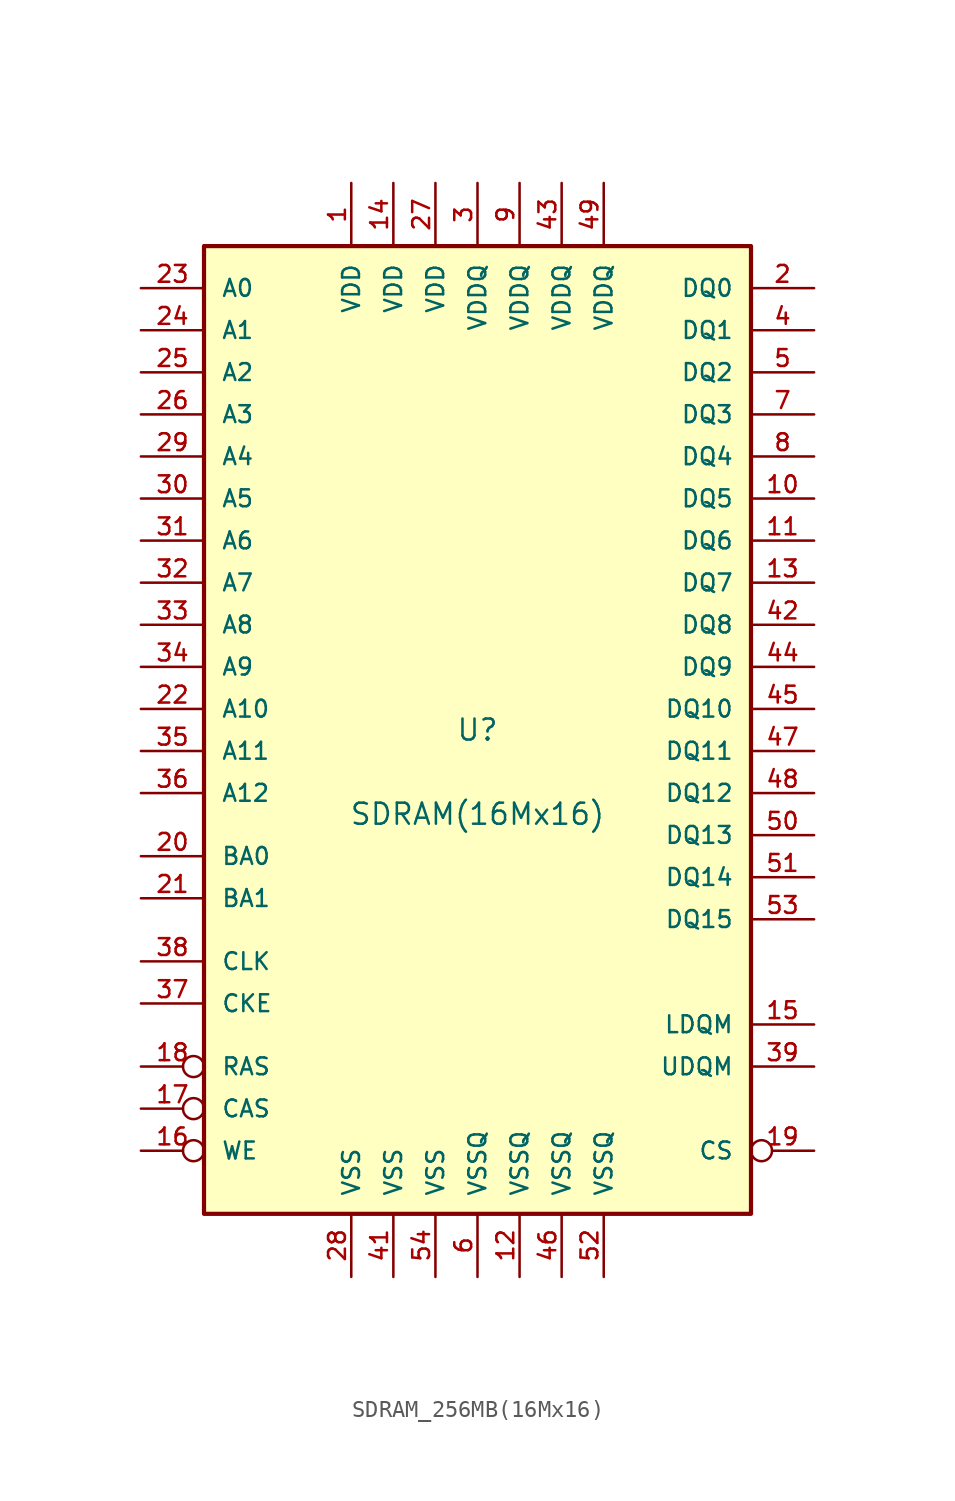
<source format=kicad_sym>
(kicad_symbol_lib
  (version 20231120)
  (generator "kicad_symbol_editor")
  (generator_version "8.0")
  (symbol "SDRAM_256MB(16Mx16)"
    (pin_names
      (offset 1.016))
    (property "Reference" "U"
      (at 0 0 0)
      (effects (font (size 1.27 1.27))))
    (property "Value" "SDRAM(16Mx16)"
      (at 0 -5.08 0)
      (effects (font (size 1.27 1.27))))
    (symbol "SDRAM_256MB(16Mx16)_0_0"
      (pin input line (at -20.32 -3.81 0) (length 3.81) (name "A12" (effects (font (size 1.016 1.016)))) (number "36" (effects (font (size 1.016 1.016))))))
    (symbol "SDRAM_256MB(16Mx16)_0_1"
      (rectangle (start -16.51 29.21) (end 16.51 -29.21) (stroke (width 0.254) (type default)) (fill (type background))))
    (symbol "SDRAM_256MB(16Mx16)_1_0"
      (pin no_connect line (at 10.16 31.75 270) (length 2.54) hide (name "NC" (effects (font (size 1.27 1.27)))) (number "40" (effects (font (size 1.27 1.27))))))
    (symbol "SDRAM_256MB(16Mx16)_1_1"
      (pin power_in line (at -7.62 33.02 270) (length 3.81) (name "VDD" (effects (font (size 1.016 1.016)))) (number "1" (effects (font (size 1.016 1.016)))))
      (pin bidirectional line (at 20.32 13.97 180) (length 3.81) (name "DQ5" (effects (font (size 1.016 1.016)))) (number "10" (effects (font (size 1.016 1.016)))))
      (pin bidirectional line (at 20.32 11.43 180) (length 3.81) (name "DQ6" (effects (font (size 1.016 1.016)))) (number "11" (effects (font (size 1.016 1.016)))))
      (pin power_in line (at 2.54 -33.02 90) (length 3.81) (name "VSSQ" (effects (font (size 1.016 1.016)))) (number "12" (effects (font (size 1.016 1.016)))))
      (pin bidirectional line (at 20.32 8.89 180) (length 3.81) (name "DQ7" (effects (font (size 1.016 1.016)))) (number "13" (effects (font (size 1.016 1.016)))))
      (pin power_in line (at -5.08 33.02 270) (length 3.81) (name "VDD" (effects (font (size 1.016 1.016)))) (number "14" (effects (font (size 1.016 1.016)))))
      (pin input line (at 20.32 -17.78 180) (length 3.81) (name "LDQM" (effects (font (size 1.016 1.016)))) (number "15" (effects (font (size 1.016 1.016)))))
      (pin input inverted (at -20.32 -25.4 0) (length 3.81) (name "WE" (effects (font (size 1.016 1.016)))) (number "16" (effects (font (size 1.016 1.016)))))
      (pin input inverted (at -20.32 -22.86 0) (length 3.81) (name "CAS" (effects (font (size 1.016 1.016)))) (number "17" (effects (font (size 1.016 1.016)))))
      (pin input inverted (at -20.32 -20.32 0) (length 3.81) (name "RAS" (effects (font (size 1.016 1.016)))) (number "18" (effects (font (size 1.016 1.016)))))
      (pin input inverted (at 20.32 -25.4 180) (length 3.81) (name "CS" (effects (font (size 1.016 1.016)))) (number "19" (effects (font (size 1.016 1.016)))))
      (pin bidirectional line (at 20.32 26.67 180) (length 3.81) (name "DQ0" (effects (font (size 1.016 1.016)))) (number "2" (effects (font (size 1.016 1.016)))))
      (pin input line (at -20.32 -7.62 0) (length 3.81) (name "BA0" (effects (font (size 1.016 1.016)))) (number "20" (effects (font (size 1.016 1.016)))))
      (pin input line (at -20.32 -10.16 0) (length 3.81) (name "BA1" (effects (font (size 1.016 1.016)))) (number "21" (effects (font (size 1.016 1.016)))))
      (pin input line (at -20.32 1.27 0) (length 3.81) (name "A10" (effects (font (size 1.016 1.016)))) (number "22" (effects (font (size 1.016 1.016)))))
      (pin input line (at -20.32 26.67 0) (length 3.81) (name "A0" (effects (font (size 1.016 1.016)))) (number "23" (effects (font (size 1.016 1.016)))))
      (pin input line (at -20.32 24.13 0) (length 3.81) (name "A1" (effects (font (size 1.016 1.016)))) (number "24" (effects (font (size 1.016 1.016)))))
      (pin input line (at -20.32 21.59 0) (length 3.81) (name "A2" (effects (font (size 1.016 1.016)))) (number "25" (effects (font (size 1.016 1.016)))))
      (pin input line (at -20.32 19.05 0) (length 3.81) (name "A3" (effects (font (size 1.016 1.016)))) (number "26" (effects (font (size 1.016 1.016)))))
      (pin power_in line (at -2.54 33.02 270) (length 3.81) (name "VDD" (effects (font (size 1.016 1.016)))) (number "27" (effects (font (size 1.016 1.016)))))
      (pin power_in line (at -7.62 -33.02 90) (length 3.81) (name "VSS" (effects (font (size 1.016 1.016)))) (number "28" (effects (font (size 1.016 1.016)))))
      (pin input line (at -20.32 16.51 0) (length 3.81) (name "A4" (effects (font (size 1.016 1.016)))) (number "29" (effects (font (size 1.016 1.016)))))
      (pin power_in line (at 0 33.02 270) (length 3.81) (name "VDDQ" (effects (font (size 1.016 1.016)))) (number "3" (effects (font (size 1.016 1.016)))))
      (pin input line (at -20.32 13.97 0) (length 3.81) (name "A5" (effects (font (size 1.016 1.016)))) (number "30" (effects (font (size 1.016 1.016)))))
      (pin input line (at -20.32 11.43 0) (length 3.81) (name "A6" (effects (font (size 1.016 1.016)))) (number "31" (effects (font (size 1.016 1.016)))))
      (pin input line (at -20.32 8.89 0) (length 3.81) (name "A7" (effects (font (size 1.016 1.016)))) (number "32" (effects (font (size 1.016 1.016)))))
      (pin input line (at -20.32 6.35 0) (length 3.81) (name "A8" (effects (font (size 1.016 1.016)))) (number "33" (effects (font (size 1.016 1.016)))))
      (pin input line (at -20.32 3.81 0) (length 3.81) (name "A9" (effects (font (size 1.016 1.016)))) (number "34" (effects (font (size 1.016 1.016)))))
      (pin input line (at -20.32 -1.27 0) (length 3.81) (name "A11" (effects (font (size 1.016 1.016)))) (number "35" (effects (font (size 1.016 1.016)))))
      (pin input line (at -20.32 -16.51 0) (length 3.81) (name "CKE" (effects (font (size 1.016 1.016)))) (number "37" (effects (font (size 1.016 1.016)))))
      (pin input line (at -20.32 -13.97 0) (length 3.81) (name "CLK" (effects (font (size 1.016 1.016)))) (number "38" (effects (font (size 1.016 1.016)))))
      (pin input line (at 20.32 -20.32 180) (length 3.81) (name "UDQM" (effects (font (size 1.016 1.016)))) (number "39" (effects (font (size 1.016 1.016)))))
      (pin bidirectional line (at 20.32 24.13 180) (length 3.81) (name "DQ1" (effects (font (size 1.016 1.016)))) (number "4" (effects (font (size 1.016 1.016)))))
      (pin power_in line (at -5.08 -33.02 90) (length 3.81) (name "VSS" (effects (font (size 1.016 1.016)))) (number "41" (effects (font (size 1.016 1.016)))))
      (pin bidirectional line (at 20.32 6.35 180) (length 3.81) (name "DQ8" (effects (font (size 1.016 1.016)))) (number "42" (effects (font (size 1.016 1.016)))))
      (pin power_in line (at 5.08 33.02 270) (length 3.81) (name "VDDQ" (effects (font (size 1.016 1.016)))) (number "43" (effects (font (size 1.016 1.016)))))
      (pin bidirectional line (at 20.32 3.81 180) (length 3.81) (name "DQ9" (effects (font (size 1.016 1.016)))) (number "44" (effects (font (size 1.016 1.016)))))
      (pin bidirectional line (at 20.32 1.27 180) (length 3.81) (name "DQ10" (effects (font (size 1.016 1.016)))) (number "45" (effects (font (size 1.016 1.016)))))
      (pin power_in line (at 5.08 -33.02 90) (length 3.81) (name "VSSQ" (effects (font (size 1.016 1.016)))) (number "46" (effects (font (size 1.016 1.016)))))
      (pin bidirectional line (at 20.32 -1.27 180) (length 3.81) (name "DQ11" (effects (font (size 1.016 1.016)))) (number "47" (effects (font (size 1.016 1.016)))))
      (pin bidirectional line (at 20.32 -3.81 180) (length 3.81) (name "DQ12" (effects (font (size 1.016 1.016)))) (number "48" (effects (font (size 1.016 1.016)))))
      (pin power_in line (at 7.62 33.02 270) (length 3.81) (name "VDDQ" (effects (font (size 1.016 1.016)))) (number "49" (effects (font (size 1.016 1.016)))))
      (pin bidirectional line (at 20.32 21.59 180) (length 3.81) (name "DQ2" (effects (font (size 1.016 1.016)))) (number "5" (effects (font (size 1.016 1.016)))))
      (pin bidirectional line (at 20.32 -6.35 180) (length 3.81) (name "DQ13" (effects (font (size 1.016 1.016)))) (number "50" (effects (font (size 1.016 1.016)))))
      (pin bidirectional line (at 20.32 -8.89 180) (length 3.81) (name "DQ14" (effects (font (size 1.016 1.016)))) (number "51" (effects (font (size 1.016 1.016)))))
      (pin power_in line (at 7.62 -33.02 90) (length 3.81) (name "VSSQ" (effects (font (size 1.016 1.016)))) (number "52" (effects (font (size 1.016 1.016)))))
      (pin bidirectional line (at 20.32 -11.43 180) (length 3.81) (name "DQ15" (effects (font (size 1.016 1.016)))) (number "53" (effects (font (size 1.016 1.016)))))
      (pin power_in line (at -2.54 -33.02 90) (length 3.81) (name "VSS" (effects (font (size 1.016 1.016)))) (number "54" (effects (font (size 1.016 1.016)))))
      (pin power_in line (at 0 -33.02 90) (length 3.81) (name "VSSQ" (effects (font (size 1.016 1.016)))) (number "6" (effects (font (size 1.016 1.016)))))
      (pin bidirectional line (at 20.32 19.05 180) (length 3.81) (name "DQ3" (effects (font (size 1.016 1.016)))) (number "7" (effects (font (size 1.016 1.016)))))
      (pin bidirectional line (at 20.32 16.51 180) (length 3.81) (name "DQ4" (effects (font (size 1.016 1.016)))) (number "8" (effects (font (size 1.016 1.016)))))
      (pin power_in line (at 2.54 33.02 270) (length 3.81) (name "VDDQ" (effects (font (size 1.016 1.016)))) (number "9" (effects (font (size 1.016 1.016))))))))
</source>
